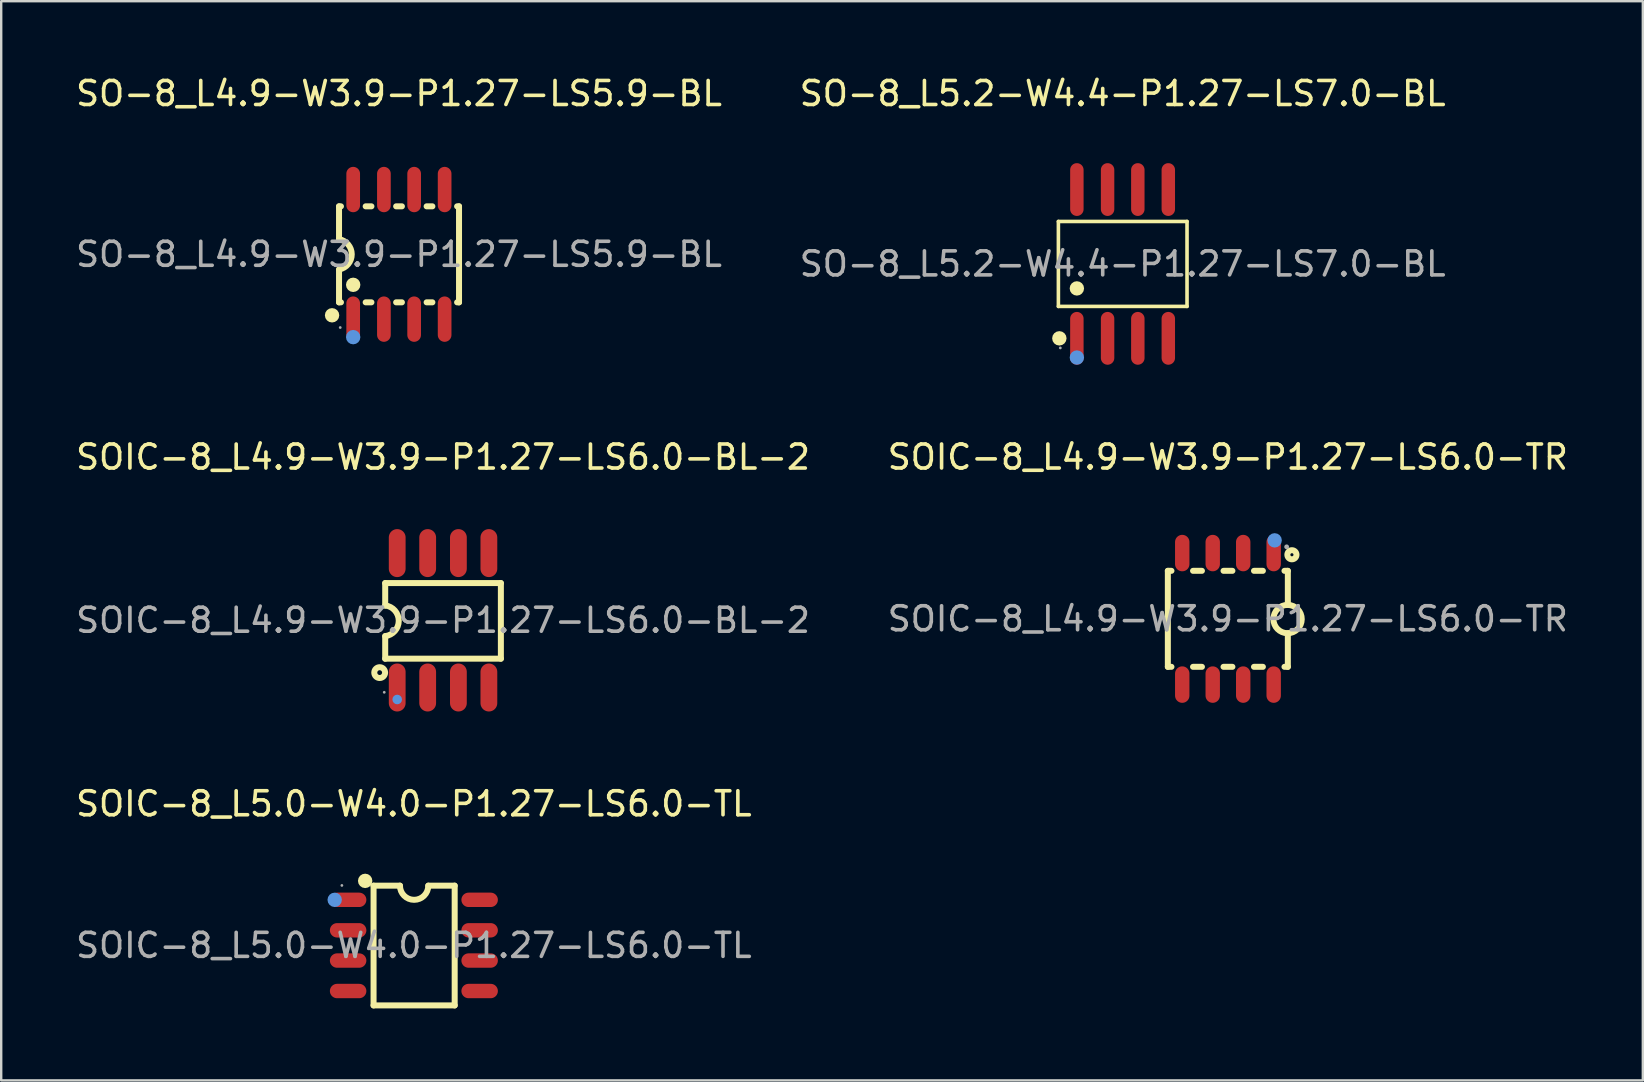
<source format=kicad_pcb>
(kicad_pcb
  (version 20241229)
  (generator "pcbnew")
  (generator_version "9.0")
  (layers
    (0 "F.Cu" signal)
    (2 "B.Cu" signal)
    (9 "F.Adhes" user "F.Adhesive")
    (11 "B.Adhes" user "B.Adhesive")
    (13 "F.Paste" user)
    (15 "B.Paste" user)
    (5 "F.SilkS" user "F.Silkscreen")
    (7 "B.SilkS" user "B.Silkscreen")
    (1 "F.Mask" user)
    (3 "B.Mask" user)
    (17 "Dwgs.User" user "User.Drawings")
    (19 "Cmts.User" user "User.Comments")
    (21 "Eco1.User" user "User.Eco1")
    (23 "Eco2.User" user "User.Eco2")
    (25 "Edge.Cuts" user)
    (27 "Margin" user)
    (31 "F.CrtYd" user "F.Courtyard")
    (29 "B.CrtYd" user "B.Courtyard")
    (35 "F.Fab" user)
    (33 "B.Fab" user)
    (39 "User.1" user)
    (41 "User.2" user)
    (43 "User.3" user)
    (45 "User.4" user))
  (footprint "SO-8_L4.9-W3.9-P1.27-LS5.9-BL"
    (layer "F.Cu")
    (at 13.577 7.548)
    (property "Reference" "SO-8_L4.9-W3.9-P1.27-LS5.9-BL" (at 0 -6.7 0) (layer "F.SilkS") (effects (font (size 1 1) (thickness 0.15))))
    (attr through_hole)
    (fp_line (start -2.5 -2) (end -2.5 -0.63) (stroke (width 0.25) (type solid)) (layer "F.SilkS"))
    (fp_line (start -2.5 -2) (end -2.42 -2) (stroke (width 0.25) (type solid)) (layer "F.SilkS"))
    (fp_line (start -2.5 2) (end -2.5 0.63) (stroke (width 0.25) (type solid)) (layer "F.SilkS"))
    (fp_line (start -2.5 2) (end -2.42 2) (stroke (width 0.25) (type solid)) (layer "F.SilkS"))
    (fp_line (start -1.39 -2) (end -1.15 -2) (stroke (width 0.25) (type solid)) (layer "F.SilkS"))
    (fp_line (start -1.39 2) (end -1.15 2) (stroke (width 0.25) (type solid)) (layer "F.SilkS"))
    (fp_line (start -0.12 -2) (end 0.12 -2) (stroke (width 0.25) (type solid)) (layer "F.SilkS"))
    (fp_line (start -0.12 2) (end 0.12 2) (stroke (width 0.25) (type solid)) (layer "F.SilkS"))
    (fp_line (start 1.15 -2) (end 1.39 -2) (stroke (width 0.25) (type solid)) (layer "F.SilkS"))
    (fp_line (start 1.15 2) (end 1.39 2) (stroke (width 0.25) (type solid)) (layer "F.SilkS"))
    (fp_line (start 2.42 -2) (end 2.5 -2) (stroke (width 0.25) (type solid)) (layer "F.SilkS"))
    (fp_line (start 2.42 2) (end 2.5 2) (stroke (width 0.25) (type solid)) (layer "F.SilkS"))
    (fp_line (start 2.5 -2) (end 2.5 2) (stroke (width 0.25) (type solid)) (layer "F.SilkS"))
    (fp_arc (start -2.5 -0.63) (mid -1.970474 -0.002632) (end -2.494818 0.629073) (stroke (width 0.25) (type solid)) (layer "F.SilkS"))
    (fp_circle (center -2.79 2.54) (end -2.64 2.54) (stroke (width 0.3) (type solid)) (fill no) (layer "F.SilkS"))
    (fp_circle (center -1.91 1.27) (end -1.76 1.27) (stroke (width 0.3) (type solid)) (fill no) (layer "F.SilkS"))
    (fp_circle (center -1.91 3.45) (end -1.76 3.45) (stroke (width 0.3) (type solid)) (fill no) (layer "Cmts.User"))
    (fp_circle (center -2.45 3.05) (end -2.42 3.05) (stroke (width 0.06) (type solid)) (fill no) (layer "F.Fab"))
    (fp_text user "${REFERENCE}" (at 0 0 0) (layer "F.Fab") (effects (font (size 1 1) (thickness 0.15))))
    (pad "1" smd oval (at -1.91 2.7) (size 0.57 1.89) (layers "F.Cu" "F.Mask" "F.Paste"))
    (pad "2" smd oval (at -0.63 2.7) (size 0.57 1.89) (layers "F.Cu" "F.Mask" "F.Paste"))
    (pad "3" smd oval (at 0.63 2.7) (size 0.57 1.89) (layers "F.Cu" "F.Mask" "F.Paste"))
    (pad "4" smd oval (at 1.9 2.7) (size 0.57 1.89) (layers "F.Cu" "F.Mask" "F.Paste"))
    (pad "5" smd oval (at 1.9 -2.7) (size 0.57 1.89) (layers "F.Cu" "F.Mask" "F.Paste"))
    (pad "6" smd oval (at 0.63 -2.7) (size 0.57 1.89) (layers "F.Cu" "F.Mask" "F.Paste"))
    (pad "7" smd oval (at -0.63 -2.7) (size 0.57 1.89) (layers "F.Cu" "F.Mask" "F.Paste"))
    (pad "8" smd oval (at -1.91 -2.7) (size 0.57 1.89) (layers "F.Cu" "F.Mask" "F.Paste")))
  (footprint "SOIC-8_L5.0-W4.0-P1.27-LS6.0-TL"
    (layer "F.Cu")
    (at 14.196 36.345)
    (property "Reference" "SOIC-8_L5.0-W4.0-P1.27-LS6.0-TL" (at 0 -5.9 0) (layer "F.SilkS") (effects (font (size 1 1) (thickness 0.15))))
    (attr through_hole)
    (fp_line (start -1.68 -2.49) (end -0.58 -2.49) (stroke (width 0.25) (type solid)) (layer "F.SilkS"))
    (fp_line (start -1.68 2.5) (end -1.68 -2.49) (stroke (width 0.25) (type solid)) (layer "F.SilkS"))
    (fp_line (start 0.6 -2.49) (end 1.7 -2.49) (stroke (width 0.25) (type solid)) (layer "F.SilkS"))
    (fp_line (start 1.7 -2.49) (end 1.7 2.5) (stroke (width 0.25) (type solid)) (layer "F.SilkS"))
    (fp_line (start 1.7 2.5) (end -1.68 2.5) (stroke (width 0.25) (type solid)) (layer "F.SilkS"))
    (fp_arc (start -2.03 -2.69) (mid -2.03 -2.69) (end -2.03 -2.69) (stroke (width 0.3) (type solid)) (layer "F.SilkS"))
    (fp_arc (start 0.6 -2.49) (mid 0.01 -1.9) (end -0.58 -2.49) (stroke (width 0.25) (type solid)) (layer "F.SilkS"))
    (fp_circle (center -3.3 -1.9) (end -3.15 -1.9) (stroke (width 0.3) (type solid)) (fill no) (layer "Cmts.User"))
    (fp_circle (center -3 -2.5) (end -2.97 -2.5) (stroke (width 0.06) (type solid)) (fill no) (layer "F.Fab"))
    (fp_text user "${REFERENCE}" (at 0 0 0) (layer "F.Fab") (effects (font (size 1 1) (thickness 0.15))))
    (pad "1" smd oval (at -2.74 -1.9 90) (size 0.6 1.52) (layers "F.Cu" "F.Mask" "F.Paste"))
    (pad "2" smd oval (at -2.74 -0.63 90) (size 0.6 1.52) (layers "F.Cu" "F.Mask" "F.Paste"))
    (pad "3" smd oval (at -2.74 0.63 90) (size 0.6 1.52) (layers "F.Cu" "F.Mask" "F.Paste"))
    (pad "4" smd oval (at -2.74 1.9 90) (size 0.6 1.52) (layers "F.Cu" "F.Mask" "F.Paste"))
    (pad "5" smd oval (at 2.74 1.9 90) (size 0.6 1.52) (layers "F.Cu" "F.Mask" "F.Paste"))
    (pad "6" smd oval (at 2.74 0.63 90) (size 0.6 1.52) (layers "F.Cu" "F.Mask" "F.Paste"))
    (pad "7" smd oval (at 2.74 -0.63 90) (size 0.6 1.52) (layers "F.Cu" "F.Mask" "F.Paste"))
    (pad "8" smd oval (at 2.74 -1.9 90) (size 0.6 1.52) (layers "F.Cu" "F.Mask" "F.Paste")))
  (footprint "SOIC-8_L4.9-W3.9-P1.27-LS6.0-TR"
    (layer "F.Cu")
    (at 48.113 22.736)
    (property "Reference" "SOIC-8_L4.9-W3.9-P1.27-LS6.0-TR" (at 0 -6.74 0) (layer "F.SilkS") (effects (font (size 1 1) (thickness 0.15))))
    (attr through_hole)
    (fp_line (start -2.5 2) (end -2.5 -2) (stroke (width 0.25) (type solid)) (layer "F.SilkS"))
    (fp_line (start -2.35 -2) (end -2.5 -2) (stroke (width 0.25) (type solid)) (layer "F.SilkS"))
    (fp_line (start -2.35 2) (end -2.5 2) (stroke (width 0.25) (type solid)) (layer "F.SilkS"))
    (fp_line (start -1.08 -2) (end -1.45 -2) (stroke (width 0.25) (type solid)) (layer "F.SilkS"))
    (fp_line (start -1.08 2) (end -1.45 2) (stroke (width 0.25) (type solid)) (layer "F.SilkS"))
    (fp_line (start 0.19 -2) (end -0.18 -2) (stroke (width 0.25) (type solid)) (layer "F.SilkS"))
    (fp_line (start 0.19 2) (end -0.18 2) (stroke (width 0.25) (type solid)) (layer "F.SilkS"))
    (fp_line (start 1.46 -2) (end 1.09 -2) (stroke (width 0.25) (type solid)) (layer "F.SilkS"))
    (fp_line (start 1.46 2) (end 1.09 2) (stroke (width 0.25) (type solid)) (layer "F.SilkS"))
    (fp_line (start 2.5 -2) (end 2.36 -2) (stroke (width 0.25) (type solid)) (layer "F.SilkS"))
    (fp_line (start 2.5 -0.58) (end 2.5 -2) (stroke (width 0.25) (type solid)) (layer "F.SilkS"))
    (fp_line (start 2.5 2) (end 2.36 2) (stroke (width 0.25) (type solid)) (layer "F.SilkS"))
    (fp_line (start 2.5 2) (end 2.5 0.6) (stroke (width 0.25) (type solid)) (layer "F.SilkS"))
    (fp_arc (start 2.500297 -0.57991) (mid 2.484851 0.599977) (end 2.49 -0.58) (stroke (width 0.25) (type solid)) (layer "F.SilkS"))
    (fp_circle (center 2.67 -2.67) (end 2.86 -2.67) (stroke (width 0.25) (type solid)) (fill no) (layer "F.SilkS"))
    (fp_circle (center 1.95 -3.27) (end 2.1 -3.27) (stroke (width 0.3) (type solid)) (fill no) (layer "Cmts.User"))
    (fp_circle (center 2.45 -3) (end 2.5 -3) (stroke (width 0.1) (type solid)) (fill no) (layer "F.Fab"))
    (fp_text user "${REFERENCE}" (at 0 0 0) (layer "F.Fab") (effects (font (size 1 1) (thickness 0.15))))
    (pad "1" smd oval (at 1.91 -2.74) (size 0.6 1.52) (layers "F.Cu" "F.Mask" "F.Paste"))
    (pad "2" smd oval (at 0.64 -2.74) (size 0.6 1.52) (layers "F.Cu" "F.Mask" "F.Paste"))
    (pad "3" smd oval (at -0.63 -2.74) (size 0.6 1.52) (layers "F.Cu" "F.Mask" "F.Paste"))
    (pad "4" smd oval (at -1.9 -2.74) (size 0.6 1.52) (layers "F.Cu" "F.Mask" "F.Paste"))
    (pad "5" smd oval (at -1.9 2.74) (size 0.6 1.52) (layers "F.Cu" "F.Mask" "F.Paste"))
    (pad "6" smd oval (at -0.63 2.74) (size 0.6 1.52) (layers "F.Cu" "F.Mask" "F.Paste"))
    (pad "7" smd oval (at 0.64 2.74) (size 0.6 1.52) (layers "F.Cu" "F.Mask" "F.Paste"))
    (pad "8" smd oval (at 1.91 2.74) (size 0.6 1.52) (layers "F.Cu" "F.Mask" "F.Paste")))
  (footprint "SOIC-8_L4.9-W3.9-P1.27-LS6.0-BL-2"
    (layer "F.Cu")
    (at 15.411 22.797)
    (property "Reference" "SOIC-8_L4.9-W3.9-P1.27-LS6.0-BL-2" (at 0 -6.8 0) (layer "F.SilkS") (effects (font (size 1 1) (thickness 0.15))))
    (attr through_hole)
    (fp_line (start -2.41 -1.55) (end -2.41 -0.61) (stroke (width 0.25) (type solid)) (layer "F.SilkS"))
    (fp_line (start -2.41 0.66) (end -2.41 1.6) (stroke (width 0.25) (type solid)) (layer "F.SilkS"))
    (fp_line (start -2.41 1.6) (end 2.41 1.6) (stroke (width 0.25) (type solid)) (layer "F.SilkS"))
    (fp_line (start 2.41 -1.55) (end -2.41 -1.55) (stroke (width 0.25) (type solid)) (layer "F.SilkS"))
    (fp_line (start 2.41 1.6) (end 2.41 -1.55) (stroke (width 0.25) (type solid)) (layer "F.SilkS"))
    (fp_arc (start -2.409107 -0.619888) (mid -1.845019 0.02045) (end -2.41 0.66) (stroke (width 0.25) (type solid)) (layer "F.SilkS"))
    (fp_circle (center -2.64 2.18) (end -2.54 2.18) (stroke (width 0.25) (type solid)) (fill no) (layer "F.SilkS"))
    (fp_circle (center -1.91 3.3) (end -1.81 3.3) (stroke (width 0.2) (type solid)) (fill no) (layer "Cmts.User"))
    (fp_circle (center -2.45 3) (end -2.42 3) (stroke (width 0.06) (type solid)) (fill no) (layer "F.Fab"))
    (fp_text user "${REFERENCE}" (at 0 0 0) (layer "F.Fab") (effects (font (size 1 1) (thickness 0.15))))
    (pad "1" smd oval (at -1.91 2.8 180) (size 0.7 2) (layers "F.Cu" "F.Mask" "F.Paste"))
    (pad "2" smd oval (at -0.64 2.8 180) (size 0.7 2) (layers "F.Cu" "F.Mask" "F.Paste"))
    (pad "3" smd oval (at 0.64 2.8 180) (size 0.7 2) (layers "F.Cu" "F.Mask" "F.Paste"))
    (pad "4" smd oval (at 1.91 2.8 180) (size 0.7 2) (layers "F.Cu" "F.Mask" "F.Paste"))
    (pad "5" smd oval (at 1.91 -2.8 180) (size 0.7 2) (layers "F.Cu" "F.Mask" "F.Paste"))
    (pad "6" smd oval (at 0.64 -2.8 180) (size 0.7 2) (layers "F.Cu" "F.Mask" "F.Paste"))
    (pad "7" smd oval (at -0.64 -2.8 180) (size 0.7 2) (layers "F.Cu" "F.Mask" "F.Paste"))
    (pad "8" smd oval (at -1.91 -2.8 180) (size 0.7 2) (layers "F.Cu" "F.Mask" "F.Paste")))
  (footprint "SO-8_L5.2-W4.4-P1.27-LS7.0-BL"
    (layer "F.Cu")
    (at 43.732 7.948)
    (property "Reference" "SO-8_L5.2-W4.4-P1.27-LS7.0-BL" (at 0 -7.1 0) (layer "F.SilkS") (effects (font (size 1 1) (thickness 0.15))))
    (attr through_hole)
    (fp_line (start -2.68 -1.77) (end 2.68 -1.77) (stroke (width 0.15) (type solid)) (layer "F.SilkS"))
    (fp_line (start -2.68 1.77) (end -2.68 -1.77) (stroke (width 0.15) (type solid)) (layer "F.SilkS"))
    (fp_line (start 2.68 -1.77) (end 2.68 1.77) (stroke (width 0.15) (type solid)) (layer "F.SilkS"))
    (fp_line (start 2.68 1.77) (end -2.68 1.77) (stroke (width 0.15) (type solid)) (layer "F.SilkS"))
    (fp_circle (center -2.64 3.1) (end -2.49 3.1) (stroke (width 0.3) (type solid)) (fill no) (layer "F.SilkS"))
    (fp_circle (center -1.91 1.02) (end -1.76 1.02) (stroke (width 0.3) (type solid)) (fill no) (layer "F.SilkS"))
    (fp_circle (center -1.91 3.9) (end -1.76 3.9) (stroke (width 0.3) (type solid)) (fill no) (layer "Cmts.User"))
    (fp_circle (center -2.6 3.5) (end -2.57 3.5) (stroke (width 0.06) (type solid)) (fill no) (layer "F.Fab"))
    (fp_text user "${REFERENCE}" (at 0 0 0) (layer "F.Fab") (effects (font (size 1 1) (thickness 0.15))))
    (pad "1" smd oval (at -1.91 3.1) (size 0.56 2.2) (layers "F.Cu" "F.Mask" "F.Paste"))
    (pad "2" smd oval (at -0.63 3.1) (size 0.56 2.2) (layers "F.Cu" "F.Mask" "F.Paste"))
    (pad "3" smd oval (at 0.63 3.1) (size 0.56 2.2) (layers "F.Cu" "F.Mask" "F.Paste"))
    (pad "4" smd oval (at 1.9 3.1) (size 0.56 2.2) (layers "F.Cu" "F.Mask" "F.Paste"))
    (pad "5" smd oval (at 1.9 -3.1) (size 0.56 2.2) (layers "F.Cu" "F.Mask" "F.Paste"))
    (pad "6" smd oval (at 0.63 -3.1) (size 0.56 2.2) (layers "F.Cu" "F.Mask" "F.Paste"))
    (pad "7" smd oval (at -0.63 -3.1) (size 0.56 2.2) (layers "F.Cu" "F.Mask" "F.Paste"))
    (pad "8" smd oval (at -1.91 -3.1) (size 0.56 2.2) (layers "F.Cu" "F.Mask" "F.Paste")))
  (gr_rect
    (start -3 -3)
    (end 65.405 41.97)
    (stroke (width 0.1) (type default))
    (fill no)
    (layer "Edge.Cuts")))
</source>
